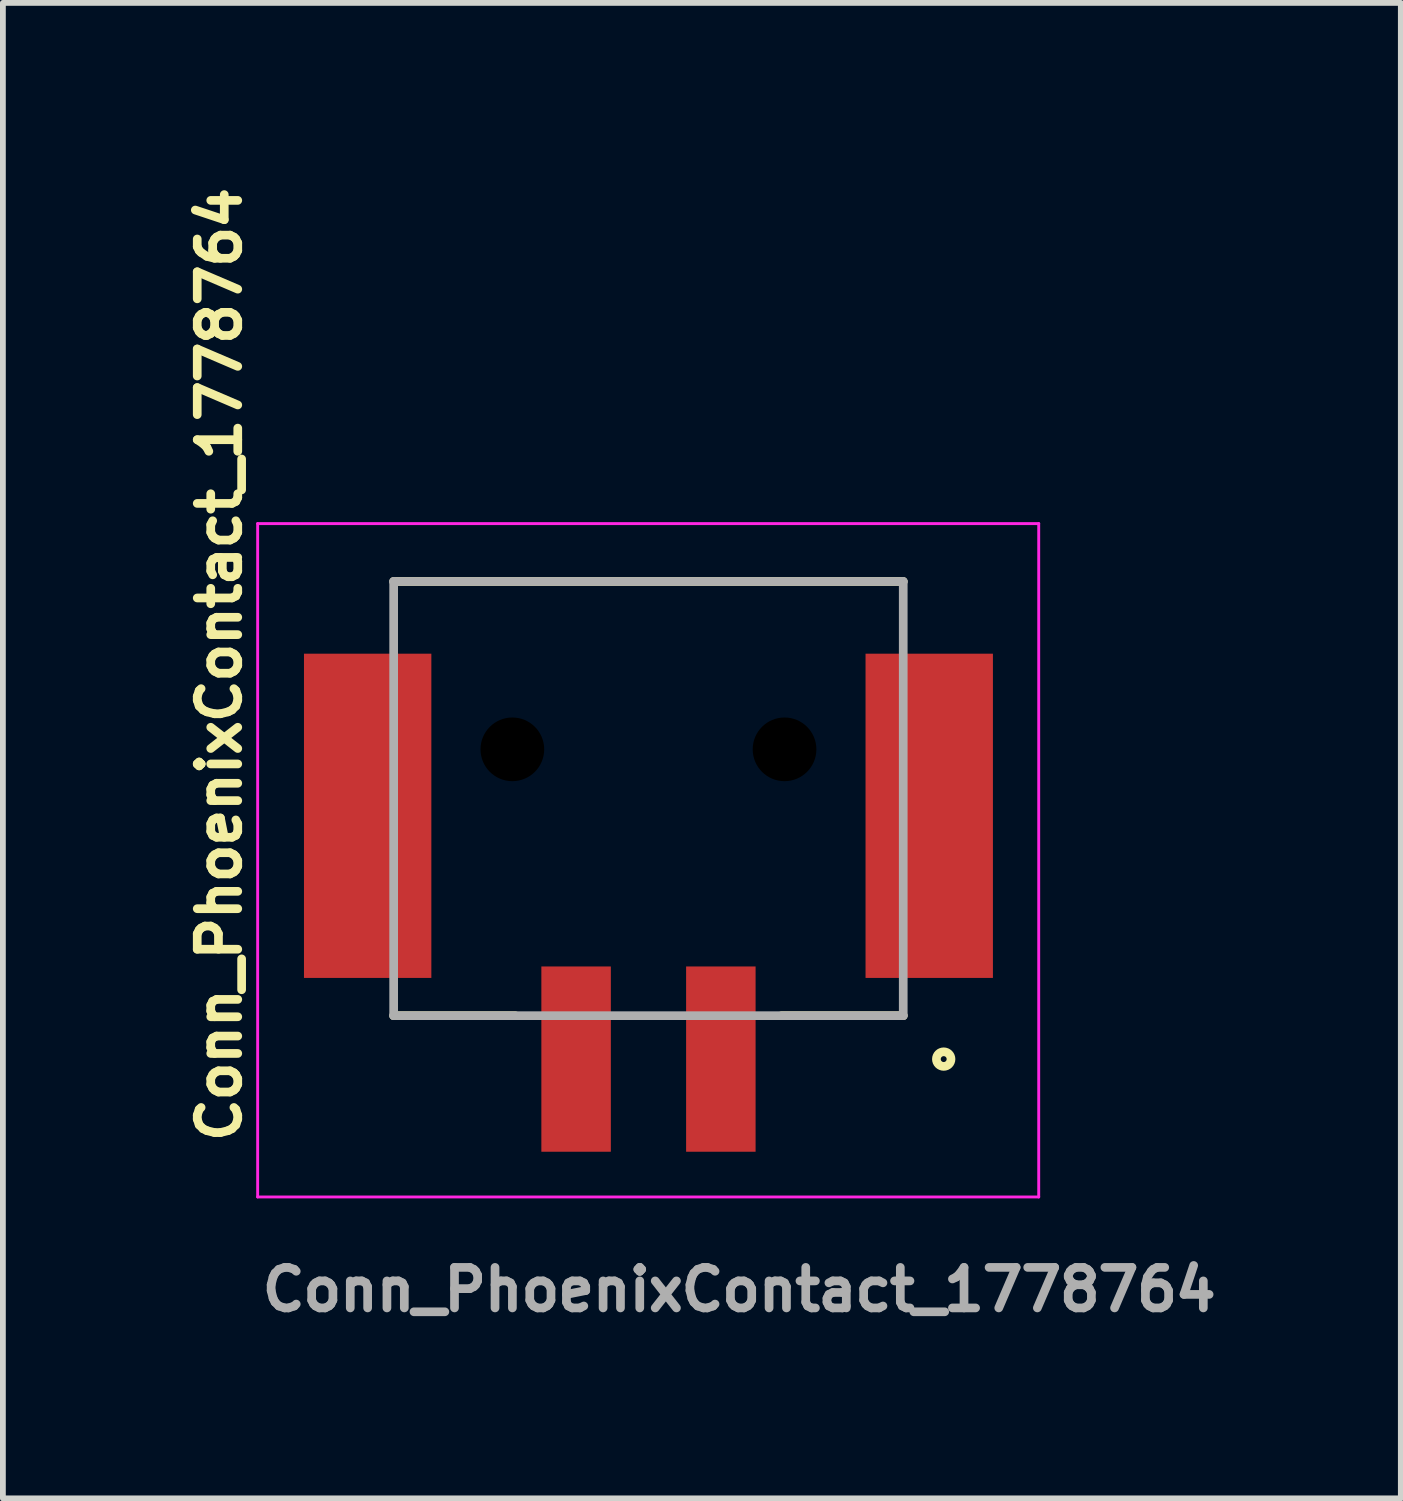
<source format=kicad_pcb>
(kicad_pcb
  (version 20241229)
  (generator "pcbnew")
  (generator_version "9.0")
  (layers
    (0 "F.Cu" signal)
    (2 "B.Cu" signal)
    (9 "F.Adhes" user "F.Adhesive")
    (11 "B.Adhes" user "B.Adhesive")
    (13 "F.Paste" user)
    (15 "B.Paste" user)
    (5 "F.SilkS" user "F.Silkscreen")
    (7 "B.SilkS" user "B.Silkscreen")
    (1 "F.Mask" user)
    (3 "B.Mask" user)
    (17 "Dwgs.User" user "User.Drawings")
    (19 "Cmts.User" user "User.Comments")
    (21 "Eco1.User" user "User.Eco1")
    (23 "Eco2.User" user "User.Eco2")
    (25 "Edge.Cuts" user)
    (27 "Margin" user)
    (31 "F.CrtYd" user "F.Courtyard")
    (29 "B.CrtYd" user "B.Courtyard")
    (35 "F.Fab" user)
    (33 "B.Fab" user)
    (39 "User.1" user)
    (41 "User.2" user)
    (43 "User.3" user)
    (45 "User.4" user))
  (footprint "Conn_PhoenixContact_1778764"
    (layer "F.Cu")
    (at 8.15 10.743)
    (property "Reference" "Conn_PhoenixContact_1778764" (at -7 6 90) (unlocked yes) (layer "F.SilkS") (effects (font (size 0.7 0.7) (thickness 0.15)) (justify left bottom)))
    (attr smd)
    (fp_line (start -4.401 -3.75) (end 4.4 -3.75) (stroke (width 0.15) (type solid)) (layer "F.SilkS"))
    (fp_line (start -4.401 3.749) (end -2.3 3.749) (stroke (width 0.15) (type solid)) (layer "F.SilkS"))
    (fp_line (start 4.4 3.749) (end 2.299 3.749) (stroke (width 0.15) (type solid)) (layer "F.SilkS"))
    (fp_circle (center 5.099 4.499) (end 5.099 4.448) (stroke (width 0.15) (type solid)) (fill no) (layer "F.SilkS"))
    (fp_line (start -6.75 -4.75) (end 6.74 -4.75) (stroke (width 0.05) (type solid)) (layer "F.CrtYd"))
    (fp_line (start -6.75 6.88) (end -6.75 -4.75) (stroke (width 0.05) (type solid)) (layer "F.CrtYd"))
    (fp_line (start 6.74 -4.75) (end 6.74 6.88) (stroke (width 0.05) (type solid)) (layer "F.CrtYd"))
    (fp_line (start 6.74 6.88) (end -6.75 6.88) (stroke (width 0.05) (type solid)) (layer "F.CrtYd"))
    (fp_line (start -4.401 -3.75) (end 4.4 -3.75) (stroke (width 0.15) (type solid)) (layer "F.Fab"))
    (fp_line (start -4.401 3.749) (end -4.401 -3.75) (stroke (width 0.15) (type solid)) (layer "F.Fab"))
    (fp_line (start 4.4 -3.75) (end 4.4 3.749) (stroke (width 0.15) (type solid)) (layer "F.Fab"))
    (fp_line (start 4.4 3.749) (end -4.401 3.749) (stroke (width 0.15) (type solid)) (layer "F.Fab"))
    (fp_text user "${REFERENCE}" (at -6.749 8.89 0) (unlocked yes) (layer "F.Fab") (effects (font (size 0.7 0.7) (thickness 0.15)) (justify left bottom)))
    (pad "" np_thru_hole circle (at -2.351 -0.851 180) (size 1.1 1.1) (drill 1.1) (layers "*.Mask"))
    (pad "" np_thru_hole circle (at 2.35 -0.851 180) (size 1.1 1.1) (drill 1.1) (layers "*.Mask"))
    (pad "1" smd rect (at 1.25 4.499 180) (size 1.2 3.2) (layers "F.Cu" "F.Mask" "F.Paste"))
    (pad "2" smd rect (at -1.25 4.499 180) (size 1.2 3.2) (layers "F.Cu" "F.Mask" "F.Paste"))
    (pad "MP" smd rect (at -4.85 0.297 180) (size 2.2 5.6) (layers "F.Cu" "F.Mask" "F.Paste"))
    (pad "MP" smd rect (at 4.849 0.297 180) (size 2.2 5.6) (layers "F.Cu" "F.Mask" "F.Paste")))
  (gr_rect
    (start -3 -3)
    (end 21.144 22.829)
    (stroke (width 0.1) (type default))
    (fill no)
    (layer "Edge.Cuts")))
</source>
